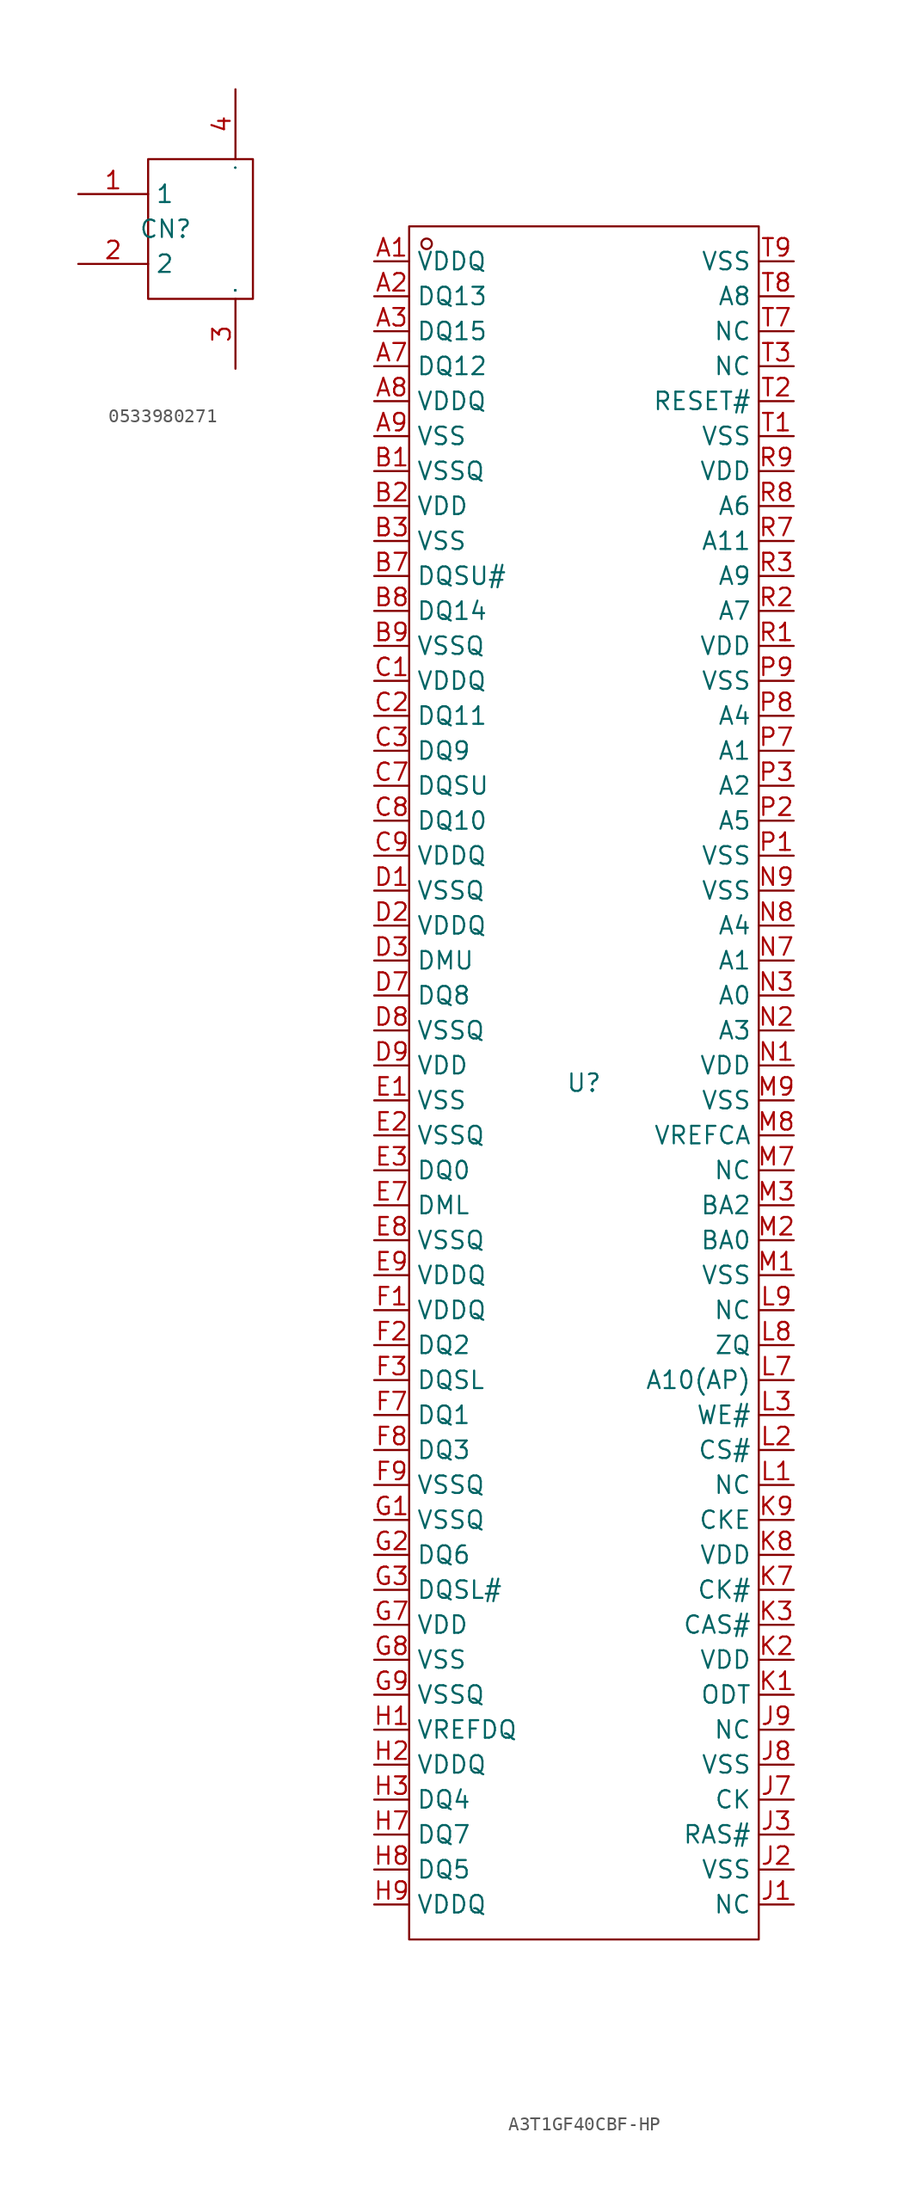
<source format=kicad_sym>
(kicad_symbol_lib
  (version 20231120)
  (generator "kicad_symbol_editor")
  (generator_version "8.0")
  (symbol "0533980271"
    (property "Reference" "CN"
      (at 0 0 0)
      (effects (font (size 1.27 1.27))))
    (property "Value" ""
      (at 0 0 0)
      (effects (font (size 1.27 1.27))))
    (symbol "0533980271_1_0"
      (rectangle (start -1.27 -5.08) (end 6.35 5.08) (stroke (width 0) (type default)) (fill (type none)))
      (pin input line (at -6.35 2.54 0) (length 5.08) (name "1" (effects (font (size 1.27 1.27)))) (number "1" (effects (font (size 1.27 1.27)))))
      (pin input line (at -6.35 -2.54 0) (length 5.08) (name "2" (effects (font (size 1.27 1.27)))) (number "2" (effects (font (size 1.27 1.27)))))
      (pin input line (at 5.08 -10.16 90) (length 5.08) (name "3" (effects (font (size 0.025 0.025)))) (number "3" (effects (font (size 1.27 1.27)))))
      (pin input line (at 5.08 10.16 270) (length 5.08) (name "4" (effects (font (size 0.025 0.025)))) (number "4" (effects (font (size 1.27 1.27)))))))
  (symbol "A3T1GF40CBF-HP"
    (property "Reference" "U"
      (at 0 0 0)
      (effects (font (size 1.27 1.27))))
    (property "Value" ""
      (at 0 0 0)
      (effects (font (size 1.27 1.27))))
    (symbol "A3T1GF40CBF-HP_1_0"
      (rectangle (start -12.7 -62.23) (end 12.7 62.23) (stroke (width 0) (type default)) (fill (type none)))
      (circle (center -11.43 60.96) (radius 0.381) (stroke (width 0) (type default)) (fill (type none)))
      (pin input line (at -15.24 59.69 0) (length 2.54) (name "VDDQ" (effects (font (size 1.27 1.27)))) (number "A1" (effects (font (size 1.27 1.27)))))
      (pin input line (at -15.24 57.15 0) (length 2.54) (name "DQ13" (effects (font (size 1.27 1.27)))) (number "A2" (effects (font (size 1.27 1.27)))))
      (pin input line (at -15.24 54.61 0) (length 2.54) (name "DQ15" (effects (font (size 1.27 1.27)))) (number "A3" (effects (font (size 1.27 1.27)))))
      (pin input line (at -15.24 52.07 0) (length 2.54) (name "DQ12" (effects (font (size 1.27 1.27)))) (number "A7" (effects (font (size 1.27 1.27)))))
      (pin input line (at -15.24 49.53 0) (length 2.54) (name "VDDQ" (effects (font (size 1.27 1.27)))) (number "A8" (effects (font (size 1.27 1.27)))))
      (pin input line (at -15.24 46.99 0) (length 2.54) (name "VSS" (effects (font (size 1.27 1.27)))) (number "A9" (effects (font (size 1.27 1.27)))))
      (pin input line (at -15.24 44.45 0) (length 2.54) (name "VSSQ" (effects (font (size 1.27 1.27)))) (number "B1" (effects (font (size 1.27 1.27)))))
      (pin input line (at -15.24 41.91 0) (length 2.54) (name "VDD" (effects (font (size 1.27 1.27)))) (number "B2" (effects (font (size 1.27 1.27)))))
      (pin input line (at -15.24 39.37 0) (length 2.54) (name "VSS" (effects (font (size 1.27 1.27)))) (number "B3" (effects (font (size 1.27 1.27)))))
      (pin input line (at -15.24 36.83 0) (length 2.54) (name "DQSU#" (effects (font (size 1.27 1.27)))) (number "B7" (effects (font (size 1.27 1.27)))))
      (pin input line (at -15.24 34.29 0) (length 2.54) (name "DQ14" (effects (font (size 1.27 1.27)))) (number "B8" (effects (font (size 1.27 1.27)))))
      (pin input line (at -15.24 31.75 0) (length 2.54) (name "VSSQ" (effects (font (size 1.27 1.27)))) (number "B9" (effects (font (size 1.27 1.27)))))
      (pin input line (at -15.24 29.21 0) (length 2.54) (name "VDDQ" (effects (font (size 1.27 1.27)))) (number "C1" (effects (font (size 1.27 1.27)))))
      (pin input line (at -15.24 26.67 0) (length 2.54) (name "DQ11" (effects (font (size 1.27 1.27)))) (number "C2" (effects (font (size 1.27 1.27)))))
      (pin input line (at -15.24 24.13 0) (length 2.54) (name "DQ9" (effects (font (size 1.27 1.27)))) (number "C3" (effects (font (size 1.27 1.27)))))
      (pin input line (at -15.24 21.59 0) (length 2.54) (name "DQSU" (effects (font (size 1.27 1.27)))) (number "C7" (effects (font (size 1.27 1.27)))))
      (pin input line (at -15.24 19.05 0) (length 2.54) (name "DQ10" (effects (font (size 1.27 1.27)))) (number "C8" (effects (font (size 1.27 1.27)))))
      (pin input line (at -15.24 16.51 0) (length 2.54) (name "VDDQ" (effects (font (size 1.27 1.27)))) (number "C9" (effects (font (size 1.27 1.27)))))
      (pin input line (at -15.24 13.97 0) (length 2.54) (name "VSSQ" (effects (font (size 1.27 1.27)))) (number "D1" (effects (font (size 1.27 1.27)))))
      (pin input line (at -15.24 11.43 0) (length 2.54) (name "VDDQ" (effects (font (size 1.27 1.27)))) (number "D2" (effects (font (size 1.27 1.27)))))
      (pin input line (at -15.24 8.89 0) (length 2.54) (name "DMU" (effects (font (size 1.27 1.27)))) (number "D3" (effects (font (size 1.27 1.27)))))
      (pin input line (at -15.24 6.35 0) (length 2.54) (name "DQ8" (effects (font (size 1.27 1.27)))) (number "D7" (effects (font (size 1.27 1.27)))))
      (pin input line (at -15.24 3.81 0) (length 2.54) (name "VSSQ" (effects (font (size 1.27 1.27)))) (number "D8" (effects (font (size 1.27 1.27)))))
      (pin input line (at -15.24 1.27 0) (length 2.54) (name "VDD" (effects (font (size 1.27 1.27)))) (number "D9" (effects (font (size 1.27 1.27)))))
      (pin input line (at -15.24 -1.27 0) (length 2.54) (name "VSS" (effects (font (size 1.27 1.27)))) (number "E1" (effects (font (size 1.27 1.27)))))
      (pin input line (at -15.24 -3.81 0) (length 2.54) (name "VSSQ" (effects (font (size 1.27 1.27)))) (number "E2" (effects (font (size 1.27 1.27)))))
      (pin input line (at -15.24 -6.35 0) (length 2.54) (name "DQ0" (effects (font (size 1.27 1.27)))) (number "E3" (effects (font (size 1.27 1.27)))))
      (pin input line (at -15.24 -8.89 0) (length 2.54) (name "DML" (effects (font (size 1.27 1.27)))) (number "E7" (effects (font (size 1.27 1.27)))))
      (pin input line (at -15.24 -11.43 0) (length 2.54) (name "VSSQ" (effects (font (size 1.27 1.27)))) (number "E8" (effects (font (size 1.27 1.27)))))
      (pin input line (at -15.24 -13.97 0) (length 2.54) (name "VDDQ" (effects (font (size 1.27 1.27)))) (number "E9" (effects (font (size 1.27 1.27)))))
      (pin input line (at -15.24 -16.51 0) (length 2.54) (name "VDDQ" (effects (font (size 1.27 1.27)))) (number "F1" (effects (font (size 1.27 1.27)))))
      (pin input line (at -15.24 -19.05 0) (length 2.54) (name "DQ2" (effects (font (size 1.27 1.27)))) (number "F2" (effects (font (size 1.27 1.27)))))
      (pin input line (at -15.24 -21.59 0) (length 2.54) (name "DQSL" (effects (font (size 1.27 1.27)))) (number "F3" (effects (font (size 1.27 1.27)))))
      (pin input line (at -15.24 -24.13 0) (length 2.54) (name "DQ1" (effects (font (size 1.27 1.27)))) (number "F7" (effects (font (size 1.27 1.27)))))
      (pin input line (at -15.24 -26.67 0) (length 2.54) (name "DQ3" (effects (font (size 1.27 1.27)))) (number "F8" (effects (font (size 1.27 1.27)))))
      (pin input line (at -15.24 -29.21 0) (length 2.54) (name "VSSQ" (effects (font (size 1.27 1.27)))) (number "F9" (effects (font (size 1.27 1.27)))))
      (pin input line (at -15.24 -31.75 0) (length 2.54) (name "VSSQ" (effects (font (size 1.27 1.27)))) (number "G1" (effects (font (size 1.27 1.27)))))
      (pin input line (at -15.24 -34.29 0) (length 2.54) (name "DQ6" (effects (font (size 1.27 1.27)))) (number "G2" (effects (font (size 1.27 1.27)))))
      (pin input line (at -15.24 -36.83 0) (length 2.54) (name "DQSL#" (effects (font (size 1.27 1.27)))) (number "G3" (effects (font (size 1.27 1.27)))))
      (pin input line (at -15.24 -39.37 0) (length 2.54) (name "VDD" (effects (font (size 1.27 1.27)))) (number "G7" (effects (font (size 1.27 1.27)))))
      (pin input line (at -15.24 -41.91 0) (length 2.54) (name "VSS" (effects (font (size 1.27 1.27)))) (number "G8" (effects (font (size 1.27 1.27)))))
      (pin input line (at -15.24 -44.45 0) (length 2.54) (name "VSSQ" (effects (font (size 1.27 1.27)))) (number "G9" (effects (font (size 1.27 1.27)))))
      (pin input line (at -15.24 -46.99 0) (length 2.54) (name "VREFDQ" (effects (font (size 1.27 1.27)))) (number "H1" (effects (font (size 1.27 1.27)))))
      (pin input line (at -15.24 -49.53 0) (length 2.54) (name "VDDQ" (effects (font (size 1.27 1.27)))) (number "H2" (effects (font (size 1.27 1.27)))))
      (pin input line (at -15.24 -52.07 0) (length 2.54) (name "DQ4" (effects (font (size 1.27 1.27)))) (number "H3" (effects (font (size 1.27 1.27)))))
      (pin input line (at -15.24 -54.61 0) (length 2.54) (name "DQ7" (effects (font (size 1.27 1.27)))) (number "H7" (effects (font (size 1.27 1.27)))))
      (pin input line (at -15.24 -57.15 0) (length 2.54) (name "DQ5" (effects (font (size 1.27 1.27)))) (number "H8" (effects (font (size 1.27 1.27)))))
      (pin input line (at -15.24 -59.69 0) (length 2.54) (name "VDDQ" (effects (font (size 1.27 1.27)))) (number "H9" (effects (font (size 1.27 1.27)))))
      (pin input line (at 15.24 -59.69 180) (length 2.54) (name "NC" (effects (font (size 1.27 1.27)))) (number "J1" (effects (font (size 1.27 1.27)))))
      (pin input line (at 15.24 -57.15 180) (length 2.54) (name "VSS" (effects (font (size 1.27 1.27)))) (number "J2" (effects (font (size 1.27 1.27)))))
      (pin input line (at 15.24 -54.61 180) (length 2.54) (name "RAS#" (effects (font (size 1.27 1.27)))) (number "J3" (effects (font (size 1.27 1.27)))))
      (pin input line (at 15.24 -52.07 180) (length 2.54) (name "CK" (effects (font (size 1.27 1.27)))) (number "J7" (effects (font (size 1.27 1.27)))))
      (pin input line (at 15.24 -49.53 180) (length 2.54) (name "VSS" (effects (font (size 1.27 1.27)))) (number "J8" (effects (font (size 1.27 1.27)))))
      (pin input line (at 15.24 -46.99 180) (length 2.54) (name "NC" (effects (font (size 1.27 1.27)))) (number "J9" (effects (font (size 1.27 1.27)))))
      (pin input line (at 15.24 -44.45 180) (length 2.54) (name "ODT" (effects (font (size 1.27 1.27)))) (number "K1" (effects (font (size 1.27 1.27)))))
      (pin input line (at 15.24 -41.91 180) (length 2.54) (name "VDD" (effects (font (size 1.27 1.27)))) (number "K2" (effects (font (size 1.27 1.27)))))
      (pin input line (at 15.24 -39.37 180) (length 2.54) (name "CAS#" (effects (font (size 1.27 1.27)))) (number "K3" (effects (font (size 1.27 1.27)))))
      (pin input line (at 15.24 -36.83 180) (length 2.54) (name "CK#" (effects (font (size 1.27 1.27)))) (number "K7" (effects (font (size 1.27 1.27)))))
      (pin input line (at 15.24 -34.29 180) (length 2.54) (name "VDD" (effects (font (size 1.27 1.27)))) (number "K8" (effects (font (size 1.27 1.27)))))
      (pin input line (at 15.24 -31.75 180) (length 2.54) (name "CKE" (effects (font (size 1.27 1.27)))) (number "K9" (effects (font (size 1.27 1.27)))))
      (pin input line (at 15.24 -29.21 180) (length 2.54) (name "NC" (effects (font (size 1.27 1.27)))) (number "L1" (effects (font (size 1.27 1.27)))))
      (pin input line (at 15.24 -26.67 180) (length 2.54) (name "CS#" (effects (font (size 1.27 1.27)))) (number "L2" (effects (font (size 1.27 1.27)))))
      (pin input line (at 15.24 -24.13 180) (length 2.54) (name "WE#" (effects (font (size 1.27 1.27)))) (number "L3" (effects (font (size 1.27 1.27)))))
      (pin input line (at 15.24 -21.59 180) (length 2.54) (name "A10(AP)" (effects (font (size 1.27 1.27)))) (number "L7" (effects (font (size 1.27 1.27)))))
      (pin input line (at 15.24 -19.05 180) (length 2.54) (name "ZQ" (effects (font (size 1.27 1.27)))) (number "L8" (effects (font (size 1.27 1.27)))))
      (pin input line (at 15.24 -16.51 180) (length 2.54) (name "NC" (effects (font (size 1.27 1.27)))) (number "L9" (effects (font (size 1.27 1.27)))))
      (pin input line (at 15.24 -13.97 180) (length 2.54) (name "VSS" (effects (font (size 1.27 1.27)))) (number "M1" (effects (font (size 1.27 1.27)))))
      (pin input line (at 15.24 -11.43 180) (length 2.54) (name "BA0" (effects (font (size 1.27 1.27)))) (number "M2" (effects (font (size 1.27 1.27)))))
      (pin input line (at 15.24 -8.89 180) (length 2.54) (name "BA2" (effects (font (size 1.27 1.27)))) (number "M3" (effects (font (size 1.27 1.27)))))
      (pin input line (at 15.24 -6.35 180) (length 2.54) (name "NC" (effects (font (size 1.27 1.27)))) (number "M7" (effects (font (size 1.27 1.27)))))
      (pin input line (at 15.24 -3.81 180) (length 2.54) (name "VREFCA" (effects (font (size 1.27 1.27)))) (number "M8" (effects (font (size 1.27 1.27)))))
      (pin input line (at 15.24 -1.27 180) (length 2.54) (name "VSS" (effects (font (size 1.27 1.27)))) (number "M9" (effects (font (size 1.27 1.27)))))
      (pin input line (at 15.24 1.27 180) (length 2.54) (name "VDD" (effects (font (size 1.27 1.27)))) (number "N1" (effects (font (size 1.27 1.27)))))
      (pin input line (at 15.24 3.81 180) (length 2.54) (name "A3" (effects (font (size 1.27 1.27)))) (number "N2" (effects (font (size 1.27 1.27)))))
      (pin input line (at 15.24 6.35 180) (length 2.54) (name "A0" (effects (font (size 1.27 1.27)))) (number "N3" (effects (font (size 1.27 1.27)))))
      (pin input line (at 15.24 8.89 180) (length 2.54) (name "A1" (effects (font (size 1.27 1.27)))) (number "N7" (effects (font (size 1.27 1.27)))))
      (pin input line (at 15.24 11.43 180) (length 2.54) (name "A4" (effects (font (size 1.27 1.27)))) (number "N8" (effects (font (size 1.27 1.27)))))
      (pin input line (at 15.24 13.97 180) (length 2.54) (name "VSS" (effects (font (size 1.27 1.27)))) (number "N9" (effects (font (size 1.27 1.27)))))
      (pin input line (at 15.24 16.51 180) (length 2.54) (name "VSS" (effects (font (size 1.27 1.27)))) (number "P1" (effects (font (size 1.27 1.27)))))
      (pin input line (at 15.24 19.05 180) (length 2.54) (name "A5" (effects (font (size 1.27 1.27)))) (number "P2" (effects (font (size 1.27 1.27)))))
      (pin input line (at 15.24 21.59 180) (length 2.54) (name "A2" (effects (font (size 1.27 1.27)))) (number "P3" (effects (font (size 1.27 1.27)))))
      (pin input line (at 15.24 24.13 180) (length 2.54) (name "A1" (effects (font (size 1.27 1.27)))) (number "P7" (effects (font (size 1.27 1.27)))))
      (pin input line (at 15.24 26.67 180) (length 2.54) (name "A4" (effects (font (size 1.27 1.27)))) (number "P8" (effects (font (size 1.27 1.27)))))
      (pin input line (at 15.24 29.21 180) (length 2.54) (name "VSS" (effects (font (size 1.27 1.27)))) (number "P9" (effects (font (size 1.27 1.27)))))
      (pin input line (at 15.24 31.75 180) (length 2.54) (name "VDD" (effects (font (size 1.27 1.27)))) (number "R1" (effects (font (size 1.27 1.27)))))
      (pin input line (at 15.24 34.29 180) (length 2.54) (name "A7" (effects (font (size 1.27 1.27)))) (number "R2" (effects (font (size 1.27 1.27)))))
      (pin input line (at 15.24 36.83 180) (length 2.54) (name "A9" (effects (font (size 1.27 1.27)))) (number "R3" (effects (font (size 1.27 1.27)))))
      (pin input line (at 15.24 39.37 180) (length 2.54) (name "A11" (effects (font (size 1.27 1.27)))) (number "R7" (effects (font (size 1.27 1.27)))))
      (pin input line (at 15.24 41.91 180) (length 2.54) (name "A6" (effects (font (size 1.27 1.27)))) (number "R8" (effects (font (size 1.27 1.27)))))
      (pin input line (at 15.24 44.45 180) (length 2.54) (name "VDD" (effects (font (size 1.27 1.27)))) (number "R9" (effects (font (size 1.27 1.27)))))
      (pin input line (at 15.24 46.99 180) (length 2.54) (name "VSS" (effects (font (size 1.27 1.27)))) (number "T1" (effects (font (size 1.27 1.27)))))
      (pin input line (at 15.24 49.53 180) (length 2.54) (name "RESET#" (effects (font (size 1.27 1.27)))) (number "T2" (effects (font (size 1.27 1.27)))))
      (pin input line (at 15.24 52.07 180) (length 2.54) (name "NC" (effects (font (size 1.27 1.27)))) (number "T3" (effects (font (size 1.27 1.27)))))
      (pin input line (at 15.24 54.61 180) (length 2.54) (name "NC" (effects (font (size 1.27 1.27)))) (number "T7" (effects (font (size 1.27 1.27)))))
      (pin input line (at 15.24 57.15 180) (length 2.54) (name "A8" (effects (font (size 1.27 1.27)))) (number "T8" (effects (font (size 1.27 1.27)))))
      (pin input line (at 15.24 59.69 180) (length 2.54) (name "VSS" (effects (font (size 1.27 1.27)))) (number "T9" (effects (font (size 1.27 1.27))))))))
</source>
